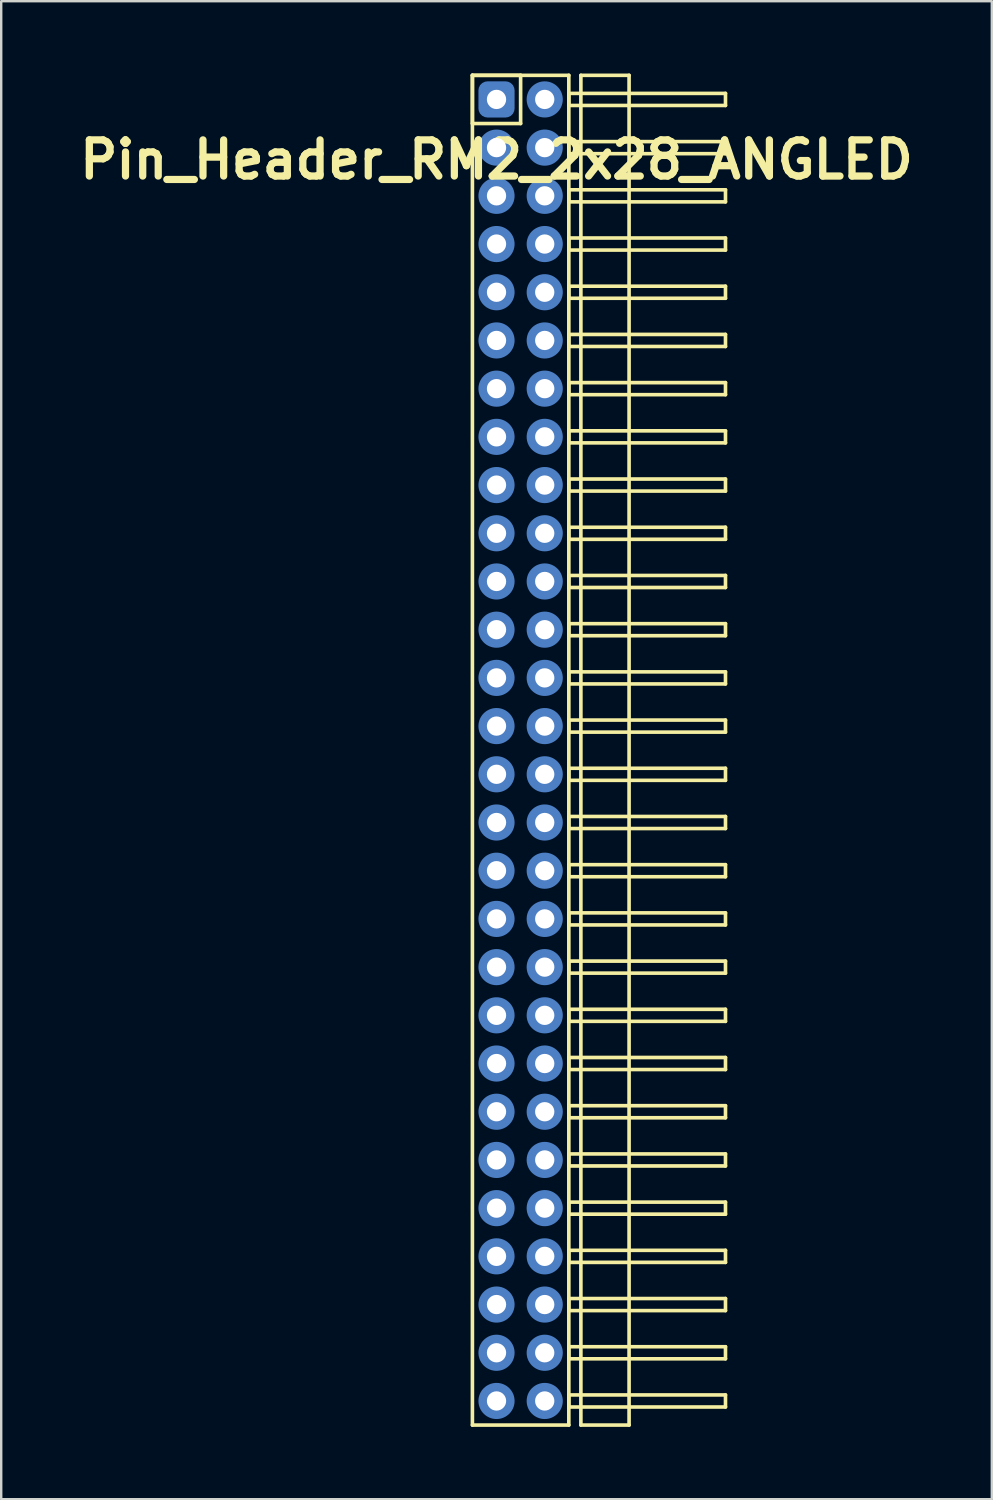
<source format=kicad_pcb>
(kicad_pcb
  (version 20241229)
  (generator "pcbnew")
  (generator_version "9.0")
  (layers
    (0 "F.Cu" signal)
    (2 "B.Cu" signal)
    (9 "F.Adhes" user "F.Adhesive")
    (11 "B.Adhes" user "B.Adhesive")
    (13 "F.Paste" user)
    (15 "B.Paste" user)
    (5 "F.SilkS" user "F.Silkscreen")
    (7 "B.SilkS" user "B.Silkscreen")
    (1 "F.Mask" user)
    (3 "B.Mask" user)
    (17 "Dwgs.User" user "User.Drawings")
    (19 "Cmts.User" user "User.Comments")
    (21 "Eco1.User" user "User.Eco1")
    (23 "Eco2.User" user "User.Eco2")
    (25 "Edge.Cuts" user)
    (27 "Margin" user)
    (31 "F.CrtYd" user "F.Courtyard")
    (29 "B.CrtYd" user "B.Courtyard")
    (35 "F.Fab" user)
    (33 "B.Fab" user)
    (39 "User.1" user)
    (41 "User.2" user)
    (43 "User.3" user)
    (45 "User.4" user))
  (footprint "Pin_Header_RM2_2x28_ANGLED"
    (layer "F.Cu")
    (at 17.55 1.075)
    (property "Reference" "Pin_Header_RM2_2x28_ANGLED" (at 0 2.5 0) (layer "F.SilkS") (effects (font (size 1.5 1.5) (thickness 0.3))))
    (attr through_hole)
    (fp_line (start -1 -1) (end 1 -1) (stroke (width 0.15) (type solid)) (layer "F.SilkS"))
    (fp_line (start -1 -1) (end 3 -1) (stroke (width 0.15) (type solid)) (layer "F.SilkS"))
    (fp_line (start -1 1) (end -1 -1) (stroke (width 0.15) (type solid)) (layer "F.SilkS"))
    (fp_line (start -1 55) (end -1 -1) (stroke (width 0.15) (type solid)) (layer "F.SilkS"))
    (fp_line (start 1 -1) (end 1 1) (stroke (width 0.15) (type solid)) (layer "F.SilkS"))
    (fp_line (start 1 1) (end -1 1) (stroke (width 0.15) (type solid)) (layer "F.SilkS"))
    (fp_line (start 3 -1) (end 3 55) (stroke (width 0.15) (type solid)) (layer "F.SilkS"))
    (fp_line (start 3 -0.25) (end 9.5 -0.25) (stroke (width 0.15) (type solid)) (layer "F.SilkS"))
    (fp_line (start 3 0.25) (end 3 -0.25) (stroke (width 0.15) (type solid)) (layer "F.SilkS"))
    (fp_line (start 3 1.75) (end 9.5 1.75) (stroke (width 0.15) (type solid)) (layer "F.SilkS"))
    (fp_line (start 3 2.25) (end 3 1.75) (stroke (width 0.15) (type solid)) (layer "F.SilkS"))
    (fp_line (start 3 3.75) (end 9.5 3.75) (stroke (width 0.15) (type solid)) (layer "F.SilkS"))
    (fp_line (start 3 4.25) (end 3 3.75) (stroke (width 0.15) (type solid)) (layer "F.SilkS"))
    (fp_line (start 3 5.75) (end 9.5 5.75) (stroke (width 0.15) (type solid)) (layer "F.SilkS"))
    (fp_line (start 3 6.25) (end 3 5.75) (stroke (width 0.15) (type solid)) (layer "F.SilkS"))
    (fp_line (start 3 7.75) (end 9.5 7.75) (stroke (width 0.15) (type solid)) (layer "F.SilkS"))
    (fp_line (start 3 8.25) (end 3 7.75) (stroke (width 0.15) (type solid)) (layer "F.SilkS"))
    (fp_line (start 3 9.75) (end 9.5 9.75) (stroke (width 0.15) (type solid)) (layer "F.SilkS"))
    (fp_line (start 3 10.25) (end 3 9.75) (stroke (width 0.15) (type solid)) (layer "F.SilkS"))
    (fp_line (start 3 11.75) (end 9.5 11.75) (stroke (width 0.15) (type solid)) (layer "F.SilkS"))
    (fp_line (start 3 12.25) (end 3 11.75) (stroke (width 0.15) (type solid)) (layer "F.SilkS"))
    (fp_line (start 3 13.75) (end 9.5 13.75) (stroke (width 0.15) (type solid)) (layer "F.SilkS"))
    (fp_line (start 3 14.25) (end 3 13.75) (stroke (width 0.15) (type solid)) (layer "F.SilkS"))
    (fp_line (start 3 15.75) (end 9.5 15.75) (stroke (width 0.15) (type solid)) (layer "F.SilkS"))
    (fp_line (start 3 16.25) (end 3 15.75) (stroke (width 0.15) (type solid)) (layer "F.SilkS"))
    (fp_line (start 3 17.75) (end 9.5 17.75) (stroke (width 0.15) (type solid)) (layer "F.SilkS"))
    (fp_line (start 3 18.25) (end 3 17.75) (stroke (width 0.15) (type solid)) (layer "F.SilkS"))
    (fp_line (start 3 19.75) (end 9.5 19.75) (stroke (width 0.15) (type solid)) (layer "F.SilkS"))
    (fp_line (start 3 20.25) (end 3 19.75) (stroke (width 0.15) (type solid)) (layer "F.SilkS"))
    (fp_line (start 3 21.75) (end 9.5 21.75) (stroke (width 0.15) (type solid)) (layer "F.SilkS"))
    (fp_line (start 3 22.25) (end 3 21.75) (stroke (width 0.15) (type solid)) (layer "F.SilkS"))
    (fp_line (start 3 23.75) (end 9.5 23.75) (stroke (width 0.15) (type solid)) (layer "F.SilkS"))
    (fp_line (start 3 24.25) (end 3 23.75) (stroke (width 0.15) (type solid)) (layer "F.SilkS"))
    (fp_line (start 3 25.75) (end 9.5 25.75) (stroke (width 0.15) (type solid)) (layer "F.SilkS"))
    (fp_line (start 3 26.25) (end 3 25.75) (stroke (width 0.15) (type solid)) (layer "F.SilkS"))
    (fp_line (start 3 27.75) (end 9.5 27.75) (stroke (width 0.15) (type solid)) (layer "F.SilkS"))
    (fp_line (start 3 28.25) (end 3 27.75) (stroke (width 0.15) (type solid)) (layer "F.SilkS"))
    (fp_line (start 3 29.75) (end 9.5 29.75) (stroke (width 0.15) (type solid)) (layer "F.SilkS"))
    (fp_line (start 3 30.25) (end 3 29.75) (stroke (width 0.15) (type solid)) (layer "F.SilkS"))
    (fp_line (start 3 31.75) (end 9.5 31.75) (stroke (width 0.15) (type solid)) (layer "F.SilkS"))
    (fp_line (start 3 32.25) (end 3 31.75) (stroke (width 0.15) (type solid)) (layer "F.SilkS"))
    (fp_line (start 3 33.75) (end 9.5 33.75) (stroke (width 0.15) (type solid)) (layer "F.SilkS"))
    (fp_line (start 3 34.25) (end 3 33.75) (stroke (width 0.15) (type solid)) (layer "F.SilkS"))
    (fp_line (start 3 35.75) (end 9.5 35.75) (stroke (width 0.15) (type solid)) (layer "F.SilkS"))
    (fp_line (start 3 36.25) (end 3 35.75) (stroke (width 0.15) (type solid)) (layer "F.SilkS"))
    (fp_line (start 3 37.75) (end 9.5 37.75) (stroke (width 0.15) (type solid)) (layer "F.SilkS"))
    (fp_line (start 3 38.25) (end 3 37.75) (stroke (width 0.15) (type solid)) (layer "F.SilkS"))
    (fp_line (start 3 39.75) (end 9.5 39.75) (stroke (width 0.15) (type solid)) (layer "F.SilkS"))
    (fp_line (start 3 40.25) (end 3 39.75) (stroke (width 0.15) (type solid)) (layer "F.SilkS"))
    (fp_line (start 3 41.75) (end 9.5 41.75) (stroke (width 0.15) (type solid)) (layer "F.SilkS"))
    (fp_line (start 3 42.25) (end 3 41.75) (stroke (width 0.15) (type solid)) (layer "F.SilkS"))
    (fp_line (start 3 43.75) (end 9.5 43.75) (stroke (width 0.15) (type solid)) (layer "F.SilkS"))
    (fp_line (start 3 44.25) (end 3 43.75) (stroke (width 0.15) (type solid)) (layer "F.SilkS"))
    (fp_line (start 3 45.75) (end 9.5 45.75) (stroke (width 0.15) (type solid)) (layer "F.SilkS"))
    (fp_line (start 3 46.25) (end 3 45.75) (stroke (width 0.15) (type solid)) (layer "F.SilkS"))
    (fp_line (start 3 47.75) (end 9.5 47.75) (stroke (width 0.15) (type solid)) (layer "F.SilkS"))
    (fp_line (start 3 48.25) (end 3 47.75) (stroke (width 0.15) (type solid)) (layer "F.SilkS"))
    (fp_line (start 3 49.75) (end 9.5 49.75) (stroke (width 0.15) (type solid)) (layer "F.SilkS"))
    (fp_line (start 3 50.25) (end 3 49.75) (stroke (width 0.15) (type solid)) (layer "F.SilkS"))
    (fp_line (start 3 51.75) (end 9.5 51.75) (stroke (width 0.15) (type solid)) (layer "F.SilkS"))
    (fp_line (start 3 52.25) (end 3 51.75) (stroke (width 0.15) (type solid)) (layer "F.SilkS"))
    (fp_line (start 3 53.75) (end 9.5 53.75) (stroke (width 0.15) (type solid)) (layer "F.SilkS"))
    (fp_line (start 3 54.25) (end 3 53.75) (stroke (width 0.15) (type solid)) (layer "F.SilkS"))
    (fp_line (start 3 55) (end -1 55) (stroke (width 0.15) (type solid)) (layer "F.SilkS"))
    (fp_line (start 3.5 -1) (end 5.5 -1) (stroke (width 0.15) (type solid)) (layer "F.SilkS"))
    (fp_line (start 3.5 55) (end 3.5 -1) (stroke (width 0.15) (type solid)) (layer "F.SilkS"))
    (fp_line (start 5.5 -1) (end 5.5 55) (stroke (width 0.15) (type solid)) (layer "F.SilkS"))
    (fp_line (start 5.5 55) (end 3.5 55) (stroke (width 0.15) (type solid)) (layer "F.SilkS"))
    (fp_line (start 9.5 -0.25) (end 9.5 0.25) (stroke (width 0.15) (type solid)) (layer "F.SilkS"))
    (fp_line (start 9.5 0.25) (end 3 0.25) (stroke (width 0.15) (type solid)) (layer "F.SilkS"))
    (fp_line (start 9.5 1.75) (end 9.5 2.25) (stroke (width 0.15) (type solid)) (layer "F.SilkS"))
    (fp_line (start 9.5 2.25) (end 3 2.25) (stroke (width 0.15) (type solid)) (layer "F.SilkS"))
    (fp_line (start 9.5 3.75) (end 9.5 4.25) (stroke (width 0.15) (type solid)) (layer "F.SilkS"))
    (fp_line (start 9.5 4.25) (end 3 4.25) (stroke (width 0.15) (type solid)) (layer "F.SilkS"))
    (fp_line (start 9.5 5.75) (end 9.5 6.25) (stroke (width 0.15) (type solid)) (layer "F.SilkS"))
    (fp_line (start 9.5 6.25) (end 3 6.25) (stroke (width 0.15) (type solid)) (layer "F.SilkS"))
    (fp_line (start 9.5 7.75) (end 9.5 8.25) (stroke (width 0.15) (type solid)) (layer "F.SilkS"))
    (fp_line (start 9.5 8.25) (end 3 8.25) (stroke (width 0.15) (type solid)) (layer "F.SilkS"))
    (fp_line (start 9.5 9.75) (end 9.5 10.25) (stroke (width 0.15) (type solid)) (layer "F.SilkS"))
    (fp_line (start 9.5 10.25) (end 3 10.25) (stroke (width 0.15) (type solid)) (layer "F.SilkS"))
    (fp_line (start 9.5 11.75) (end 9.5 12.25) (stroke (width 0.15) (type solid)) (layer "F.SilkS"))
    (fp_line (start 9.5 12.25) (end 3 12.25) (stroke (width 0.15) (type solid)) (layer "F.SilkS"))
    (fp_line (start 9.5 13.75) (end 9.5 14.25) (stroke (width 0.15) (type solid)) (layer "F.SilkS"))
    (fp_line (start 9.5 14.25) (end 3 14.25) (stroke (width 0.15) (type solid)) (layer "F.SilkS"))
    (fp_line (start 9.5 15.75) (end 9.5 16.25) (stroke (width 0.15) (type solid)) (layer "F.SilkS"))
    (fp_line (start 9.5 16.25) (end 3 16.25) (stroke (width 0.15) (type solid)) (layer "F.SilkS"))
    (fp_line (start 9.5 17.75) (end 9.5 18.25) (stroke (width 0.15) (type solid)) (layer "F.SilkS"))
    (fp_line (start 9.5 18.25) (end 3 18.25) (stroke (width 0.15) (type solid)) (layer "F.SilkS"))
    (fp_line (start 9.5 19.75) (end 9.5 20.25) (stroke (width 0.15) (type solid)) (layer "F.SilkS"))
    (fp_line (start 9.5 20.25) (end 3 20.25) (stroke (width 0.15) (type solid)) (layer "F.SilkS"))
    (fp_line (start 9.5 21.75) (end 9.5 22.25) (stroke (width 0.15) (type solid)) (layer "F.SilkS"))
    (fp_line (start 9.5 22.25) (end 3 22.25) (stroke (width 0.15) (type solid)) (layer "F.SilkS"))
    (fp_line (start 9.5 23.75) (end 9.5 24.25) (stroke (width 0.15) (type solid)) (layer "F.SilkS"))
    (fp_line (start 9.5 24.25) (end 3 24.25) (stroke (width 0.15) (type solid)) (layer "F.SilkS"))
    (fp_line (start 9.5 25.75) (end 9.5 26.25) (stroke (width 0.15) (type solid)) (layer "F.SilkS"))
    (fp_line (start 9.5 26.25) (end 3 26.25) (stroke (width 0.15) (type solid)) (layer "F.SilkS"))
    (fp_line (start 9.5 27.75) (end 9.5 28.25) (stroke (width 0.15) (type solid)) (layer "F.SilkS"))
    (fp_line (start 9.5 28.25) (end 3 28.25) (stroke (width 0.15) (type solid)) (layer "F.SilkS"))
    (fp_line (start 9.5 29.75) (end 9.5 30.25) (stroke (width 0.15) (type solid)) (layer "F.SilkS"))
    (fp_line (start 9.5 30.25) (end 3 30.25) (stroke (width 0.15) (type solid)) (layer "F.SilkS"))
    (fp_line (start 9.5 31.75) (end 9.5 32.25) (stroke (width 0.15) (type solid)) (layer "F.SilkS"))
    (fp_line (start 9.5 32.25) (end 3 32.25) (stroke (width 0.15) (type solid)) (layer "F.SilkS"))
    (fp_line (start 9.5 33.75) (end 9.5 34.25) (stroke (width 0.15) (type solid)) (layer "F.SilkS"))
    (fp_line (start 9.5 34.25) (end 3 34.25) (stroke (width 0.15) (type solid)) (layer "F.SilkS"))
    (fp_line (start 9.5 35.75) (end 9.5 36.25) (stroke (width 0.15) (type solid)) (layer "F.SilkS"))
    (fp_line (start 9.5 36.25) (end 3 36.25) (stroke (width 0.15) (type solid)) (layer "F.SilkS"))
    (fp_line (start 9.5 37.75) (end 9.5 38.25) (stroke (width 0.15) (type solid)) (layer "F.SilkS"))
    (fp_line (start 9.5 38.25) (end 3 38.25) (stroke (width 0.15) (type solid)) (layer "F.SilkS"))
    (fp_line (start 9.5 39.75) (end 9.5 40.25) (stroke (width 0.15) (type solid)) (layer "F.SilkS"))
    (fp_line (start 9.5 40.25) (end 3 40.25) (stroke (width 0.15) (type solid)) (layer "F.SilkS"))
    (fp_line (start 9.5 41.75) (end 9.5 42.25) (stroke (width 0.15) (type solid)) (layer "F.SilkS"))
    (fp_line (start 9.5 42.25) (end 3 42.25) (stroke (width 0.15) (type solid)) (layer "F.SilkS"))
    (fp_line (start 9.5 43.75) (end 9.5 44.25) (stroke (width 0.15) (type solid)) (layer "F.SilkS"))
    (fp_line (start 9.5 44.25) (end 3 44.25) (stroke (width 0.15) (type solid)) (layer "F.SilkS"))
    (fp_line (start 9.5 45.75) (end 9.5 46.25) (stroke (width 0.15) (type solid)) (layer "F.SilkS"))
    (fp_line (start 9.5 46.25) (end 3 46.25) (stroke (width 0.15) (type solid)) (layer "F.SilkS"))
    (fp_line (start 9.5 47.75) (end 9.5 48.25) (stroke (width 0.15) (type solid)) (layer "F.SilkS"))
    (fp_line (start 9.5 48.25) (end 3 48.25) (stroke (width 0.15) (type solid)) (layer "F.SilkS"))
    (fp_line (start 9.5 49.75) (end 9.5 50.25) (stroke (width 0.15) (type solid)) (layer "F.SilkS"))
    (fp_line (start 9.5 50.25) (end 3 50.25) (stroke (width 0.15) (type solid)) (layer "F.SilkS"))
    (fp_line (start 9.5 51.75) (end 9.5 52.25) (stroke (width 0.15) (type solid)) (layer "F.SilkS"))
    (fp_line (start 9.5 52.25) (end 3 52.25) (stroke (width 0.15) (type solid)) (layer "F.SilkS"))
    (fp_line (start 9.5 53.75) (end 9.5 54.25) (stroke (width 0.15) (type solid)) (layer "F.SilkS"))
    (fp_line (start 9.5 54.25) (end 3 54.25) (stroke (width 0.15) (type solid)) (layer "F.SilkS"))
    (pad "1" thru_hole circle (at 0 0) (size 1.1 1.1) (drill 0.8) (layers "*.Cu" "*.Mask"))
    (pad "1" smd roundrect (at 0 0) (size 1.25 1.25) (layers "F.Cu" "F.Mask") (roundrect_rratio 0.25))
    (pad "1" smd roundrect (at 0 0) (size 1.5 1.5) (layers "B.Cu" "B.Mask") (roundrect_rratio 0.25))
    (pad "2" thru_hole circle (at 2 0) (size 1.1 1.1) (drill 0.8) (layers "*.Cu" "*.Mask"))
    (pad "2" smd circle (at 2 0) (size 1.25 1.25) (layers "F.Cu" "F.Mask"))
    (pad "2" smd circle (at 2 0) (size 1.5 1.5) (layers "B.Cu" "B.Mask"))
    (pad "3" thru_hole circle (at 0 2) (size 1.1 1.1) (drill 0.8) (layers "*.Cu" "*.Mask"))
    (pad "3" smd circle (at 0 2) (size 1.25 1.25) (layers "F.Cu" "F.Mask"))
    (pad "3" smd circle (at 0 2) (size 1.5 1.5) (layers "B.Cu" "B.Mask"))
    (pad "4" thru_hole circle (at 2 2) (size 1.1 1.1) (drill 0.8) (layers "*.Cu" "*.Mask"))
    (pad "4" smd circle (at 2 2) (size 1.25 1.25) (layers "F.Cu" "F.Mask"))
    (pad "4" smd circle (at 2 2) (size 1.5 1.5) (layers "B.Cu" "B.Mask"))
    (pad "5" thru_hole circle (at 0 4) (size 1.1 1.1) (drill 0.8) (layers "*.Cu" "*.Mask"))
    (pad "5" smd circle (at 0 4) (size 1.25 1.25) (layers "F.Cu" "F.Mask"))
    (pad "5" smd circle (at 0 4) (size 1.5 1.5) (layers "B.Cu" "B.Mask"))
    (pad "6" thru_hole circle (at 2 4) (size 1.1 1.1) (drill 0.8) (layers "*.Cu" "*.Mask"))
    (pad "6" smd circle (at 2 4) (size 1.25 1.25) (layers "F.Cu" "F.Mask"))
    (pad "6" smd circle (at 2 4) (size 1.5 1.5) (layers "B.Cu" "B.Mask"))
    (pad "7" thru_hole circle (at 0 6) (size 1.1 1.1) (drill 0.8) (layers "*.Cu" "*.Mask"))
    (pad "7" smd circle (at 0 6) (size 1.25 1.25) (layers "F.Cu" "F.Mask"))
    (pad "7" smd circle (at 0 6) (size 1.5 1.5) (layers "B.Cu" "B.Mask"))
    (pad "8" thru_hole circle (at 2 6) (size 1.1 1.1) (drill 0.8) (layers "*.Cu" "*.Mask"))
    (pad "8" smd circle (at 2 6) (size 1.25 1.25) (layers "F.Cu" "F.Mask"))
    (pad "8" smd circle (at 2 6) (size 1.5 1.5) (layers "B.Cu" "B.Mask"))
    (pad "9" thru_hole circle (at 0 8) (size 1.1 1.1) (drill 0.8) (layers "*.Cu" "*.Mask"))
    (pad "9" smd circle (at 0 8) (size 1.25 1.25) (layers "F.Cu" "F.Mask"))
    (pad "9" smd circle (at 0 8) (size 1.5 1.5) (layers "B.Cu" "B.Mask"))
    (pad "10" thru_hole circle (at 2 8) (size 1.1 1.1) (drill 0.8) (layers "*.Cu" "*.Mask"))
    (pad "10" smd circle (at 2 8) (size 1.25 1.25) (layers "F.Cu" "F.Mask"))
    (pad "10" smd circle (at 2 8) (size 1.5 1.5) (layers "B.Cu" "B.Mask"))
    (pad "11" thru_hole circle (at 0 10) (size 1.1 1.1) (drill 0.8) (layers "*.Cu" "*.Mask"))
    (pad "11" smd circle (at 0 10) (size 1.25 1.25) (layers "F.Cu" "F.Mask"))
    (pad "11" smd circle (at 0 10) (size 1.5 1.5) (layers "B.Cu" "B.Mask"))
    (pad "12" thru_hole circle (at 2 10) (size 1.1 1.1) (drill 0.8) (layers "*.Cu" "*.Mask"))
    (pad "12" smd circle (at 2 10) (size 1.25 1.25) (layers "F.Cu" "F.Mask"))
    (pad "12" smd circle (at 2 10) (size 1.5 1.5) (layers "B.Cu" "B.Mask"))
    (pad "13" thru_hole circle (at 0 12) (size 1.1 1.1) (drill 0.8) (layers "*.Cu" "*.Mask"))
    (pad "13" smd circle (at 0 12) (size 1.25 1.25) (layers "F.Cu" "F.Mask"))
    (pad "13" smd circle (at 0 12) (size 1.5 1.5) (layers "B.Cu" "B.Mask"))
    (pad "14" thru_hole circle (at 2 12) (size 1.1 1.1) (drill 0.8) (layers "*.Cu" "*.Mask"))
    (pad "14" smd circle (at 2 12) (size 1.25 1.25) (layers "F.Cu" "F.Mask"))
    (pad "14" smd circle (at 2 12) (size 1.5 1.5) (layers "B.Cu" "B.Mask"))
    (pad "15" thru_hole circle (at 0 14) (size 1.1 1.1) (drill 0.8) (layers "*.Cu" "*.Mask"))
    (pad "15" smd circle (at 0 14) (size 1.25 1.25) (layers "F.Cu" "F.Mask"))
    (pad "15" smd circle (at 0 14) (size 1.5 1.5) (layers "B.Cu" "B.Mask"))
    (pad "16" thru_hole circle (at 2 14) (size 1.1 1.1) (drill 0.8) (layers "*.Cu" "*.Mask"))
    (pad "16" smd circle (at 2 14) (size 1.25 1.25) (layers "F.Cu" "F.Mask"))
    (pad "16" smd circle (at 2 14) (size 1.5 1.5) (layers "B.Cu" "B.Mask"))
    (pad "17" thru_hole circle (at 0 16) (size 1.1 1.1) (drill 0.8) (layers "*.Cu" "*.Mask"))
    (pad "17" smd circle (at 0 16) (size 1.25 1.25) (layers "F.Cu" "F.Mask"))
    (pad "17" smd circle (at 0 16) (size 1.5 1.5) (layers "B.Cu" "B.Mask"))
    (pad "18" thru_hole circle (at 2 16) (size 1.1 1.1) (drill 0.8) (layers "*.Cu" "*.Mask"))
    (pad "18" smd circle (at 2 16) (size 1.25 1.25) (layers "F.Cu" "F.Mask"))
    (pad "18" smd circle (at 2 16) (size 1.5 1.5) (layers "B.Cu" "B.Mask"))
    (pad "19" thru_hole circle (at 0 18) (size 1.1 1.1) (drill 0.8) (layers "*.Cu" "*.Mask"))
    (pad "19" smd circle (at 0 18) (size 1.25 1.25) (layers "F.Cu" "F.Mask"))
    (pad "19" smd circle (at 0 18) (size 1.5 1.5) (layers "B.Cu" "B.Mask"))
    (pad "20" thru_hole circle (at 2 18) (size 1.1 1.1) (drill 0.8) (layers "*.Cu" "*.Mask"))
    (pad "20" smd circle (at 2 18) (size 1.25 1.25) (layers "F.Cu" "F.Mask"))
    (pad "20" smd circle (at 2 18) (size 1.5 1.5) (layers "B.Cu" "B.Mask"))
    (pad "21" thru_hole circle (at 0 20) (size 1.1 1.1) (drill 0.8) (layers "*.Cu" "*.Mask"))
    (pad "21" smd circle (at 0 20) (size 1.25 1.25) (layers "F.Cu" "F.Mask"))
    (pad "21" smd circle (at 0 20) (size 1.5 1.5) (layers "B.Cu" "B.Mask"))
    (pad "22" thru_hole circle (at 2 20) (size 1.1 1.1) (drill 0.8) (layers "*.Cu" "*.Mask"))
    (pad "22" smd circle (at 2 20) (size 1.25 1.25) (layers "F.Cu" "F.Mask"))
    (pad "22" smd circle (at 2 20) (size 1.5 1.5) (layers "B.Cu" "B.Mask"))
    (pad "23" thru_hole circle (at 0 22) (size 1.1 1.1) (drill 0.8) (layers "*.Cu" "*.Mask"))
    (pad "23" smd circle (at 0 22) (size 1.25 1.25) (layers "F.Cu" "F.Mask"))
    (pad "23" smd circle (at 0 22) (size 1.5 1.5) (layers "B.Cu" "B.Mask"))
    (pad "24" thru_hole circle (at 2 22) (size 1.1 1.1) (drill 0.8) (layers "*.Cu" "*.Mask"))
    (pad "24" smd circle (at 2 22) (size 1.25 1.25) (layers "F.Cu" "F.Mask"))
    (pad "24" smd circle (at 2 22) (size 1.5 1.5) (layers "B.Cu" "B.Mask"))
    (pad "25" thru_hole circle (at 0 24) (size 1.1 1.1) (drill 0.8) (layers "*.Cu" "*.Mask"))
    (pad "25" smd circle (at 0 24) (size 1.25 1.25) (layers "F.Cu" "F.Mask"))
    (pad "25" smd circle (at 0 24) (size 1.5 1.5) (layers "B.Cu" "B.Mask"))
    (pad "26" thru_hole circle (at 2 24) (size 1.1 1.1) (drill 0.8) (layers "*.Cu" "*.Mask"))
    (pad "26" smd circle (at 2 24) (size 1.25 1.25) (layers "F.Cu" "F.Mask"))
    (pad "26" smd circle (at 2 24) (size 1.5 1.5) (layers "B.Cu" "B.Mask"))
    (pad "27" thru_hole circle (at 0 26) (size 1.1 1.1) (drill 0.8) (layers "*.Cu" "*.Mask"))
    (pad "27" smd circle (at 0 26) (size 1.25 1.25) (layers "F.Cu" "F.Mask"))
    (pad "27" smd circle (at 0 26) (size 1.5 1.5) (layers "B.Cu" "B.Mask"))
    (pad "28" thru_hole circle (at 2 26) (size 1.1 1.1) (drill 0.8) (layers "*.Cu" "*.Mask"))
    (pad "28" smd circle (at 2 26) (size 1.25 1.25) (layers "F.Cu" "F.Mask"))
    (pad "28" smd circle (at 2 26) (size 1.5 1.5) (layers "B.Cu" "B.Mask"))
    (pad "29" thru_hole circle (at 0 28) (size 1.1 1.1) (drill 0.8) (layers "*.Cu" "*.Mask"))
    (pad "29" smd circle (at 0 28) (size 1.25 1.25) (layers "F.Cu" "F.Mask"))
    (pad "29" smd circle (at 0 28) (size 1.5 1.5) (layers "B.Cu" "B.Mask"))
    (pad "30" thru_hole circle (at 2 28) (size 1.1 1.1) (drill 0.8) (layers "*.Cu" "*.Mask"))
    (pad "30" smd circle (at 2 28) (size 1.25 1.25) (layers "F.Cu" "F.Mask"))
    (pad "30" smd circle (at 2 28) (size 1.5 1.5) (layers "B.Cu" "B.Mask"))
    (pad "31" thru_hole circle (at 0 30) (size 1.1 1.1) (drill 0.8) (layers "*.Cu" "*.Mask"))
    (pad "31" smd circle (at 0 30) (size 1.25 1.25) (layers "F.Cu" "F.Mask"))
    (pad "31" smd circle (at 0 30) (size 1.5 1.5) (layers "B.Cu" "B.Mask"))
    (pad "32" thru_hole circle (at 2 30) (size 1.1 1.1) (drill 0.8) (layers "*.Cu" "*.Mask"))
    (pad "32" smd circle (at 2 30) (size 1.25 1.25) (layers "F.Cu" "F.Mask"))
    (pad "32" smd circle (at 2 30) (size 1.5 1.5) (layers "B.Cu" "B.Mask"))
    (pad "33" thru_hole circle (at 0 32) (size 1.1 1.1) (drill 0.8) (layers "*.Cu" "*.Mask"))
    (pad "33" smd circle (at 0 32) (size 1.25 1.25) (layers "F.Cu" "F.Mask"))
    (pad "33" smd circle (at 0 32) (size 1.5 1.5) (layers "B.Cu" "B.Mask"))
    (pad "34" thru_hole circle (at 2 32) (size 1.1 1.1) (drill 0.8) (layers "*.Cu" "*.Mask"))
    (pad "34" smd circle (at 2 32) (size 1.25 1.25) (layers "F.Cu" "F.Mask"))
    (pad "34" smd circle (at 2 32) (size 1.5 1.5) (layers "B.Cu" "B.Mask"))
    (pad "35" thru_hole circle (at 0 34) (size 1.1 1.1) (drill 0.8) (layers "*.Cu" "*.Mask"))
    (pad "35" smd circle (at 0 34) (size 1.25 1.25) (layers "F.Cu" "F.Mask"))
    (pad "35" smd circle (at 0 34) (size 1.5 1.5) (layers "B.Cu" "B.Mask"))
    (pad "36" thru_hole circle (at 2 34) (size 1.1 1.1) (drill 0.8) (layers "*.Cu" "*.Mask"))
    (pad "36" smd circle (at 2 34) (size 1.25 1.25) (layers "F.Cu" "F.Mask"))
    (pad "36" smd circle (at 2 34) (size 1.5 1.5) (layers "B.Cu" "B.Mask"))
    (pad "37" thru_hole circle (at 0 36) (size 1.1 1.1) (drill 0.8) (layers "*.Cu" "*.Mask"))
    (pad "37" smd circle (at 0 36) (size 1.25 1.25) (layers "F.Cu" "F.Mask"))
    (pad "37" smd circle (at 0 36) (size 1.5 1.5) (layers "B.Cu" "B.Mask"))
    (pad "38" thru_hole circle (at 2 36) (size 1.1 1.1) (drill 0.8) (layers "*.Cu" "*.Mask"))
    (pad "38" smd circle (at 2 36) (size 1.25 1.25) (layers "F.Cu" "F.Mask"))
    (pad "38" smd circle (at 2 36) (size 1.5 1.5) (layers "B.Cu" "B.Mask"))
    (pad "39" thru_hole circle (at 0 38) (size 1.1 1.1) (drill 0.8) (layers "*.Cu" "*.Mask"))
    (pad "39" smd circle (at 0 38) (size 1.25 1.25) (layers "F.Cu" "F.Mask"))
    (pad "39" smd circle (at 0 38) (size 1.5 1.5) (layers "B.Cu" "B.Mask"))
    (pad "40" thru_hole circle (at 2 38) (size 1.1 1.1) (drill 0.8) (layers "*.Cu" "*.Mask"))
    (pad "40" smd circle (at 2 38) (size 1.25 1.25) (layers "F.Cu" "F.Mask"))
    (pad "40" smd circle (at 2 38) (size 1.5 1.5) (layers "B.Cu" "B.Mask"))
    (pad "41" thru_hole circle (at 0 40) (size 1.1 1.1) (drill 0.8) (layers "*.Cu" "*.Mask"))
    (pad "41" smd circle (at 0 40) (size 1.25 1.25) (layers "F.Cu" "F.Mask"))
    (pad "41" smd circle (at 0 40) (size 1.5 1.5) (layers "B.Cu" "B.Mask"))
    (pad "42" thru_hole circle (at 2 40) (size 1.1 1.1) (drill 0.8) (layers "*.Cu" "*.Mask"))
    (pad "42" smd circle (at 2 40) (size 1.25 1.25) (layers "F.Cu" "F.Mask"))
    (pad "42" smd circle (at 2 40) (size 1.5 1.5) (layers "B.Cu" "B.Mask"))
    (pad "43" thru_hole circle (at 0 42) (size 1.1 1.1) (drill 0.8) (layers "*.Cu" "*.Mask"))
    (pad "43" smd circle (at 0 42) (size 1.25 1.25) (layers "F.Cu" "F.Mask"))
    (pad "43" smd circle (at 0 42) (size 1.5 1.5) (layers "B.Cu" "B.Mask"))
    (pad "44" thru_hole circle (at 2 42) (size 1.1 1.1) (drill 0.8) (layers "*.Cu" "*.Mask"))
    (pad "44" smd circle (at 2 42) (size 1.25 1.25) (layers "F.Cu" "F.Mask"))
    (pad "44" smd circle (at 2 42) (size 1.5 1.5) (layers "B.Cu" "B.Mask"))
    (pad "45" thru_hole circle (at 0 44) (size 1.1 1.1) (drill 0.8) (layers "*.Cu" "*.Mask"))
    (pad "45" smd circle (at 0 44) (size 1.25 1.25) (layers "F.Cu" "F.Mask"))
    (pad "45" smd circle (at 0 44) (size 1.5 1.5) (layers "B.Cu" "B.Mask"))
    (pad "46" thru_hole circle (at 2 44) (size 1.1 1.1) (drill 0.8) (layers "*.Cu" "*.Mask"))
    (pad "46" smd circle (at 2 44) (size 1.25 1.25) (layers "F.Cu" "F.Mask"))
    (pad "46" smd circle (at 2 44) (size 1.5 1.5) (layers "B.Cu" "B.Mask"))
    (pad "47" thru_hole circle (at 0 46) (size 1.1 1.1) (drill 0.8) (layers "*.Cu" "*.Mask"))
    (pad "47" smd circle (at 0 46) (size 1.25 1.25) (layers "F.Cu" "F.Mask"))
    (pad "47" smd circle (at 0 46) (size 1.5 1.5) (layers "B.Cu" "B.Mask"))
    (pad "48" thru_hole circle (at 2 46) (size 1.1 1.1) (drill 0.8) (layers "*.Cu" "*.Mask"))
    (pad "48" smd circle (at 2 46) (size 1.25 1.25) (layers "F.Cu" "F.Mask"))
    (pad "48" smd circle (at 2 46) (size 1.5 1.5) (layers "B.Cu" "B.Mask"))
    (pad "49" thru_hole circle (at 0 48) (size 1.1 1.1) (drill 0.8) (layers "*.Cu" "*.Mask"))
    (pad "49" smd circle (at 0 48) (size 1.25 1.25) (layers "F.Cu" "F.Mask"))
    (pad "49" smd circle (at 0 48) (size 1.5 1.5) (layers "B.Cu" "B.Mask"))
    (pad "50" thru_hole circle (at 2 48) (size 1.1 1.1) (drill 0.8) (layers "*.Cu" "*.Mask"))
    (pad "50" smd circle (at 2 48) (size 1.25 1.25) (layers "F.Cu" "F.Mask"))
    (pad "50" smd circle (at 2 48) (size 1.5 1.5) (layers "B.Cu" "B.Mask"))
    (pad "51" thru_hole circle (at 0 50) (size 1.1 1.1) (drill 0.8) (layers "*.Cu" "*.Mask"))
    (pad "51" smd circle (at 0 50) (size 1.25 1.25) (layers "F.Cu" "F.Mask"))
    (pad "51" smd circle (at 0 50) (size 1.5 1.5) (layers "B.Cu" "B.Mask"))
    (pad "52" thru_hole circle (at 2 50) (size 1.1 1.1) (drill 0.8) (layers "*.Cu" "*.Mask"))
    (pad "52" smd circle (at 2 50) (size 1.25 1.25) (layers "F.Cu" "F.Mask"))
    (pad "52" smd circle (at 2 50) (size 1.5 1.5) (layers "B.Cu" "B.Mask"))
    (pad "53" thru_hole circle (at 0 52) (size 1.1 1.1) (drill 0.8) (layers "*.Cu" "*.Mask"))
    (pad "53" smd circle (at 0 52) (size 1.25 1.25) (layers "F.Cu" "F.Mask"))
    (pad "53" smd circle (at 0 52) (size 1.5 1.5) (layers "B.Cu" "B.Mask"))
    (pad "54" thru_hole circle (at 2 52) (size 1.1 1.1) (drill 0.8) (layers "*.Cu" "*.Mask"))
    (pad "54" smd circle (at 2 52) (size 1.25 1.25) (layers "F.Cu" "F.Mask"))
    (pad "54" smd circle (at 2 52) (size 1.5 1.5) (layers "B.Cu" "B.Mask"))
    (pad "55" thru_hole circle (at 0 54) (size 1.1 1.1) (drill 0.8) (layers "*.Cu" "*.Mask"))
    (pad "55" smd circle (at 0 54) (size 1.25 1.25) (layers "F.Cu" "F.Mask"))
    (pad "55" smd circle (at 0 54) (size 1.5 1.5) (layers "B.Cu" "B.Mask"))
    (pad "56" thru_hole circle (at 2 54) (size 1.1 1.1) (drill 0.8) (layers "*.Cu" "*.Mask"))
    (pad "56" smd circle (at 2 54) (size 1.25 1.25) (layers "F.Cu" "F.Mask"))
    (pad "56" smd circle (at 2 54) (size 1.5 1.5) (layers "B.Cu" "B.Mask")))
  (gr_rect
    (start -3 -3)
    (end 38.1 59.15)
    (stroke (width 0.1) (type default))
    (fill no)
    (layer "Edge.Cuts")))
</source>
